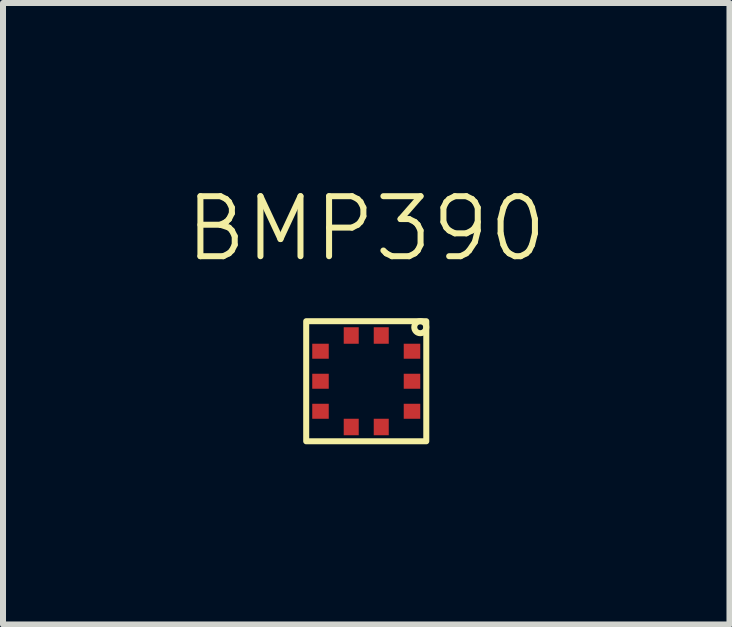
<source format=kicad_pcb>
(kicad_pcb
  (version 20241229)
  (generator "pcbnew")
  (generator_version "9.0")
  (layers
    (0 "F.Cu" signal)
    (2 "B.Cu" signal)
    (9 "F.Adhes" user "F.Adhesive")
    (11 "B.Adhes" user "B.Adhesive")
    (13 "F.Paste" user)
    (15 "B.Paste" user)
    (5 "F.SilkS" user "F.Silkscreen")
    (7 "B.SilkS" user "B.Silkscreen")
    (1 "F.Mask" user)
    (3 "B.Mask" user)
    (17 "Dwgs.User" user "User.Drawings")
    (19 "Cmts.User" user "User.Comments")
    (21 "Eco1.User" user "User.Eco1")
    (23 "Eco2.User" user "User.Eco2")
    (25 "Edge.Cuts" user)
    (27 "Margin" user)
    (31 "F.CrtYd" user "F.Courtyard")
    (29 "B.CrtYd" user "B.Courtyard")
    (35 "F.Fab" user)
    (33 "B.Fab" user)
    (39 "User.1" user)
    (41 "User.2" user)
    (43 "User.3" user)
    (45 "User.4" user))
  (footprint "BMP390"
    (layer "F.Cu")
    (at 3.05 3.3)
    (property "Reference" "BMP390" (at 0 -2.54 0) (unlocked yes) (layer "F.SilkS") (effects (font (size 1 1) (thickness 0.1))))
    (attr smd)
    (fp_rect (start -1 -1) (end 1 1) (stroke (width 0.1) (type default)) (fill no) (layer "F.SilkS"))
    (fp_circle (center 0.9 -0.9) (end 1 -0.9) (stroke (width 0.1) (type default)) (fill no) (layer "F.SilkS"))
    (pad "1" smd rect (at 0.25 -0.762) (size 0.25 0.275) (layers "F.Cu" "F.Mask" "F.Paste"))
    (pad "2" smd rect (at -0.25 -0.762) (size 0.25 0.275) (layers "F.Cu" "F.Mask" "F.Paste"))
    (pad "3" smd rect (at -0.762 -0.5 90) (size 0.25 0.275) (layers "F.Cu" "F.Mask" "F.Paste"))
    (pad "4" smd rect (at -0.762 0 90) (size 0.25 0.275) (layers "F.Cu" "F.Mask" "F.Paste"))
    (pad "5" smd rect (at -0.762 0.5 90) (size 0.25 0.275) (layers "F.Cu" "F.Mask" "F.Paste"))
    (pad "6" smd rect (at -0.25 0.762) (size 0.25 0.275) (layers "F.Cu" "F.Mask" "F.Paste"))
    (pad "7" smd rect (at 0.25 0.762) (size 0.25 0.275) (layers "F.Cu" "F.Mask" "F.Paste"))
    (pad "8" smd rect (at 0.762 0.5 90) (size 0.25 0.275) (layers "F.Cu" "F.Mask" "F.Paste"))
    (pad "9" smd rect (at 0.762 0 90) (size 0.25 0.275) (layers "F.Cu" "F.Mask" "F.Paste"))
    (pad "10" smd rect (at 0.762 -0.5 90) (size 0.25 0.275) (layers "F.Cu" "F.Mask" "F.Paste")))
  (gr_rect
    (start -3 -3)
    (end 9.1 7.351)
    (stroke (width 0.1) (type default))
    (fill no)
    (layer "Edge.Cuts")))
</source>
